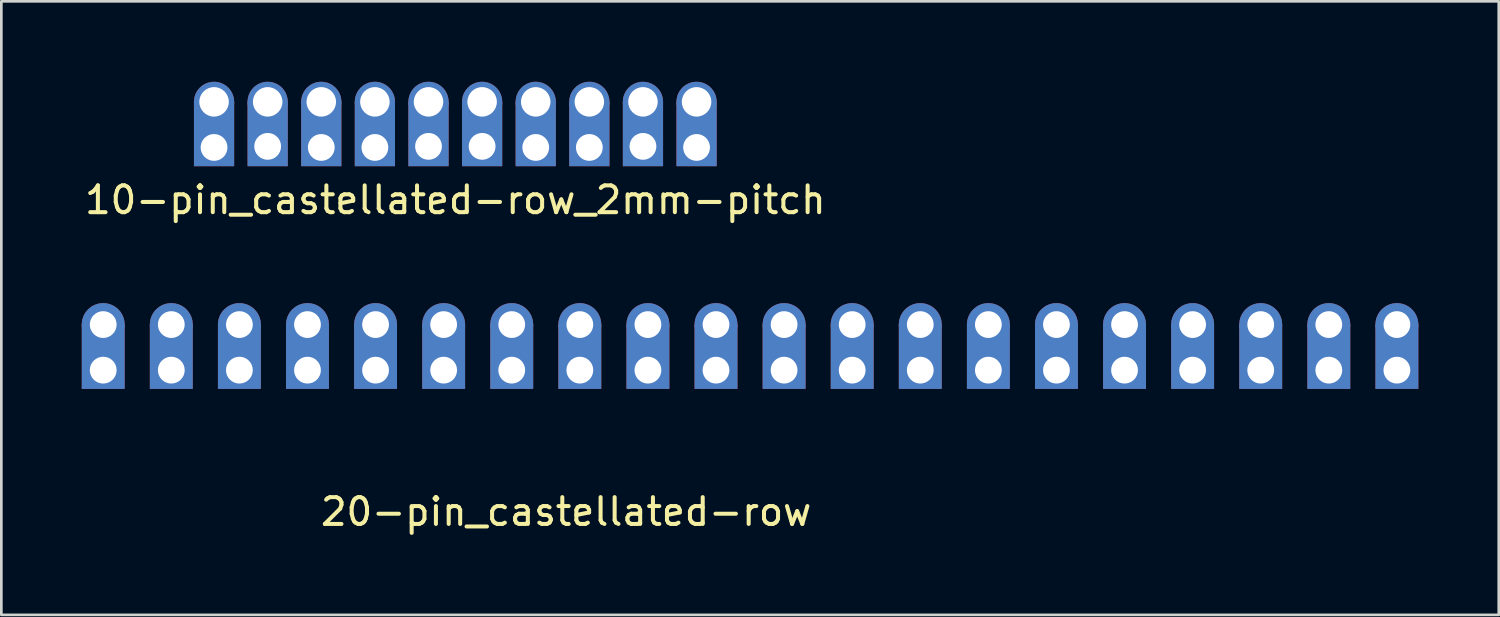
<source format=kicad_pcb>
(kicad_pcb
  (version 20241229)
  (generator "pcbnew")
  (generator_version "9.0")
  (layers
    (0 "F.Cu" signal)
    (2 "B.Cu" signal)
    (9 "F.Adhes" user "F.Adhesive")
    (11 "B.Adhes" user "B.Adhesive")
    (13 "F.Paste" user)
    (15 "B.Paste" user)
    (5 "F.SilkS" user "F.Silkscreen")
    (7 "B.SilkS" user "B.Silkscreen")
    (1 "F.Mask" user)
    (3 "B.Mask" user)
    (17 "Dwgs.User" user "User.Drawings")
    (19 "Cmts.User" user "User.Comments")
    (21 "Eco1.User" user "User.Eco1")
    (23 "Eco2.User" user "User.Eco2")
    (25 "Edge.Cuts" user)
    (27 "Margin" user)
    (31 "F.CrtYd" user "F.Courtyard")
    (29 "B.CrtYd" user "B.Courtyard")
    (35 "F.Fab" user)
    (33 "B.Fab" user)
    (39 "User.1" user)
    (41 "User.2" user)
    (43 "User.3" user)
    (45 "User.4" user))
  (footprint "20-pin_castellated-row"
    (layer "F.Cu")
    (at 17.8 13.718)
    (property "Reference" "20-pin_castellated-row" (at 0.269 2.322 180) (layer "F.SilkS") (effects (font (size 1 1) (thickness 0.15))))
    (attr through_hole)
    (pad "" thru_hole circle (at -17 -4.66) (size 1.6 1.6) (drill 1) (layers "*.Cu" "*.Mask"))
    (pad "" thru_hole circle (at -17 -2.96) (size 1.1 1.1) (drill 1) (layers "*.Cu" "*.Mask"))
    (pad "" thru_hole circle (at -14.46 -4.66) (size 1.6 1.6) (drill 1) (layers "*.Cu" "*.Mask"))
    (pad "" thru_hole circle (at -14.46 -2.96) (size 1.1 1.1) (drill 1) (layers "*.Cu" "*.Mask"))
    (pad "" thru_hole circle (at -11.92 -4.66) (size 1.6 1.6) (drill 1) (layers "*.Cu" "*.Mask"))
    (pad "" thru_hole circle (at -11.92 -2.96) (size 1.1 1.1) (drill 1) (layers "*.Cu" "*.Mask"))
    (pad "" thru_hole circle (at -9.38 -4.66) (size 1.6 1.6) (drill 1) (layers "*.Cu" "*.Mask"))
    (pad "" thru_hole circle (at -9.38 -2.96) (size 1.1 1.1) (drill 1) (layers "*.Cu" "*.Mask"))
    (pad "" thru_hole circle (at -6.84 -4.66) (size 1.6 1.6) (drill 1) (layers "*.Cu" "*.Mask"))
    (pad "" thru_hole circle (at -6.84 -2.96) (size 1.1 1.1) (drill 1) (layers "*.Cu" "*.Mask"))
    (pad "" thru_hole circle (at -4.3 -4.66) (size 1.6 1.6) (drill 1) (layers "*.Cu" "*.Mask"))
    (pad "" thru_hole circle (at -4.3 -2.96) (size 1.1 1.1) (drill 1) (layers "*.Cu" "*.Mask"))
    (pad "" thru_hole circle (at -1.76 -4.66) (size 1.6 1.6) (drill 1) (layers "*.Cu" "*.Mask"))
    (pad "" thru_hole circle (at -1.76 -2.96) (size 1.1 1.1) (drill 1) (layers "*.Cu" "*.Mask"))
    (pad "" thru_hole circle (at 0.78 -4.66) (size 1.6 1.6) (drill 1) (layers "*.Cu" "*.Mask"))
    (pad "" thru_hole circle (at 0.78 -2.96) (size 1.1 1.1) (drill 1) (layers "*.Cu" "*.Mask"))
    (pad "" thru_hole circle (at 3.32 -4.66) (size 1.6 1.6) (drill 1) (layers "*.Cu" "*.Mask"))
    (pad "" thru_hole circle (at 3.32 -2.96) (size 1.1 1.1) (drill 1) (layers "*.Cu" "*.Mask"))
    (pad "" thru_hole circle (at 5.86 -4.66) (size 1.6 1.6) (drill 1) (layers "*.Cu" "*.Mask"))
    (pad "" thru_hole circle (at 5.86 -2.96) (size 1.1 1.1) (drill 1) (layers "*.Cu" "*.Mask"))
    (pad "" thru_hole circle (at 8.4 -4.66) (size 1.6 1.6) (drill 1) (layers "*.Cu" "*.Mask"))
    (pad "" thru_hole circle (at 8.4 -2.96) (size 1.1 1.1) (drill 1) (layers "*.Cu" "*.Mask"))
    (pad "" thru_hole circle (at 10.94 -4.66) (size 1.6 1.6) (drill 1) (layers "*.Cu" "*.Mask"))
    (pad "" thru_hole circle (at 10.94 -2.96) (size 1.1 1.1) (drill 1) (layers "*.Cu" "*.Mask"))
    (pad "" thru_hole circle (at 13.48 -4.66) (size 1.6 1.6) (drill 1) (layers "*.Cu" "*.Mask"))
    (pad "" thru_hole circle (at 13.48 -2.96) (size 1.1 1.1) (drill 1) (layers "*.Cu" "*.Mask"))
    (pad "" thru_hole circle (at 16.02 -4.66) (size 1.6 1.6) (drill 1) (layers "*.Cu" "*.Mask"))
    (pad "" thru_hole circle (at 16.02 -2.96) (size 1.1 1.1) (drill 1) (layers "*.Cu" "*.Mask"))
    (pad "" thru_hole circle (at 18.56 -4.66) (size 1.6 1.6) (drill 1) (layers "*.Cu" "*.Mask"))
    (pad "" thru_hole circle (at 18.56 -2.96) (size 1.1 1.1) (drill 1) (layers "*.Cu" "*.Mask"))
    (pad "" thru_hole circle (at 21.1 -4.66) (size 1.6 1.6) (drill 1) (layers "*.Cu" "*.Mask"))
    (pad "" thru_hole circle (at 21.1 -2.96) (size 1.1 1.1) (drill 1) (layers "*.Cu" "*.Mask"))
    (pad "" thru_hole circle (at 23.64 -4.66) (size 1.6 1.6) (drill 1) (layers "*.Cu" "*.Mask"))
    (pad "" thru_hole circle (at 23.64 -2.96) (size 1.1 1.1) (drill 1) (layers "*.Cu" "*.Mask"))
    (pad "" thru_hole circle (at 26.18 -4.66) (size 1.6 1.6) (drill 1) (layers "*.Cu" "*.Mask"))
    (pad "" thru_hole circle (at 26.18 -2.96) (size 1.1 1.1) (drill 1) (layers "*.Cu" "*.Mask"))
    (pad "" thru_hole circle (at 28.72 -4.66) (size 1.6 1.6) (drill 1) (layers "*.Cu" "*.Mask"))
    (pad "" thru_hole circle (at 28.72 -2.96) (size 1.1 1.1) (drill 1) (layers "*.Cu" "*.Mask"))
    (pad "" thru_hole circle (at 31.26 -4.66) (size 1.6 1.6) (drill 1) (layers "*.Cu" "*.Mask"))
    (pad "" thru_hole circle (at 31.26 -2.96) (size 1.1 1.1) (drill 1) (layers "*.Cu" "*.Mask"))
    (pad "1" smd rect (at -17 -3.46) (size 1.6 2.4) (layers "F.Cu" "F.Mask" "F.Paste"))
    (pad "1" smd rect (at -17 -3.46) (size 1.6 2.4) (layers "B.Cu" "B.Mask" "B.Paste"))
    (pad "2" smd rect (at -14.46 -3.46) (size 1.6 2.4) (layers "F.Cu" "F.Mask" "F.Paste"))
    (pad "2" smd rect (at -14.46 -3.46) (size 1.6 2.4) (layers "B.Cu" "B.Mask" "B.Paste"))
    (pad "3" smd rect (at -11.92 -3.46) (size 1.6 2.4) (layers "F.Cu" "F.Mask" "F.Paste"))
    (pad "3" smd rect (at -11.92 -3.46) (size 1.6 2.4) (layers "B.Cu" "B.Mask" "B.Paste"))
    (pad "4" smd rect (at -9.38 -3.46) (size 1.6 2.4) (layers "F.Cu" "F.Mask" "F.Paste"))
    (pad "4" smd rect (at -9.38 -3.46) (size 1.6 2.4) (layers "B.Cu" "B.Mask" "B.Paste"))
    (pad "5" smd rect (at -6.84 -3.46) (size 1.6 2.4) (layers "F.Cu" "F.Mask" "F.Paste"))
    (pad "5" smd rect (at -6.84 -3.46) (size 1.6 2.4) (layers "B.Cu" "B.Mask" "B.Paste"))
    (pad "6" smd rect (at -4.3 -3.46) (size 1.6 2.4) (layers "F.Cu" "F.Mask" "F.Paste"))
    (pad "6" smd rect (at -4.3 -3.46) (size 1.6 2.4) (layers "B.Cu" "B.Mask" "B.Paste"))
    (pad "7" smd rect (at -1.76 -3.46) (size 1.6 2.4) (layers "F.Cu" "F.Mask" "F.Paste"))
    (pad "7" smd rect (at -1.76 -3.46) (size 1.6 2.4) (layers "B.Cu" "B.Mask" "B.Paste"))
    (pad "8" smd rect (at 0.78 -3.46) (size 1.6 2.4) (layers "F.Cu" "F.Mask" "F.Paste"))
    (pad "8" smd rect (at 0.78 -3.46) (size 1.6 2.4) (layers "B.Cu" "B.Mask" "B.Paste"))
    (pad "9" smd rect (at 3.32 -3.46) (size 1.6 2.4) (layers "F.Cu" "F.Mask" "F.Paste"))
    (pad "9" smd rect (at 3.32 -3.46) (size 1.6 2.4) (layers "B.Cu" "B.Mask" "B.Paste"))
    (pad "10" smd rect (at 5.86 -3.46) (size 1.6 2.4) (layers "F.Cu" "F.Mask" "F.Paste"))
    (pad "10" smd rect (at 5.86 -3.46) (size 1.6 2.4) (layers "B.Cu" "B.Mask" "B.Paste"))
    (pad "11" smd rect (at 8.4 -3.46) (size 1.6 2.4) (layers "F.Cu" "F.Mask" "F.Paste"))
    (pad "11" smd rect (at 8.4 -3.46) (size 1.6 2.4) (layers "B.Cu" "B.Mask" "B.Paste"))
    (pad "12" smd rect (at 10.94 -3.46) (size 1.6 2.4) (layers "F.Cu" "F.Mask" "F.Paste"))
    (pad "12" smd rect (at 10.94 -3.46) (size 1.6 2.4) (layers "B.Cu" "B.Mask" "B.Paste"))
    (pad "13" smd rect (at 13.48 -3.46) (size 1.6 2.4) (layers "F.Cu" "F.Mask" "F.Paste"))
    (pad "13" smd rect (at 13.48 -3.46) (size 1.6 2.4) (layers "B.Cu" "B.Mask" "B.Paste"))
    (pad "14" smd rect (at 16.02 -3.46) (size 1.6 2.4) (layers "F.Cu" "F.Mask" "F.Paste"))
    (pad "14" smd rect (at 16.02 -3.46) (size 1.6 2.4) (layers "B.Cu" "B.Mask" "B.Paste"))
    (pad "15" smd rect (at 18.56 -3.46) (size 1.6 2.4) (layers "F.Cu" "F.Mask" "F.Paste"))
    (pad "15" smd rect (at 18.56 -3.46) (size 1.6 2.4) (layers "B.Cu" "B.Mask" "B.Paste"))
    (pad "16" smd rect (at 21.1 -3.46) (size 1.6 2.4) (layers "F.Cu" "F.Mask" "F.Paste"))
    (pad "16" smd rect (at 21.1 -3.46) (size 1.6 2.4) (layers "B.Cu" "B.Mask" "B.Paste"))
    (pad "17" smd rect (at 23.64 -3.46) (size 1.6 2.4) (layers "F.Cu" "F.Mask" "F.Paste"))
    (pad "17" smd rect (at 23.64 -3.46) (size 1.6 2.4) (layers "B.Cu" "B.Mask" "B.Paste"))
    (pad "18" smd rect (at 26.18 -3.46) (size 1.6 2.4) (layers "F.Cu" "F.Mask" "F.Paste"))
    (pad "18" smd rect (at 26.18 -3.46) (size 1.6 2.4) (layers "B.Cu" "B.Mask" "B.Paste"))
    (pad "19" smd rect (at 28.72 -3.46) (size 1.6 2.4) (layers "F.Cu" "F.Mask" "F.Paste"))
    (pad "19" smd rect (at 28.72 -3.46) (size 1.6 2.4) (layers "B.Cu" "B.Mask" "B.Paste"))
    (pad "20" smd rect (at 31.26 -3.46) (size 1.6 2.4) (layers "F.Cu" "F.Mask" "F.Paste"))
    (pad "20" smd rect (at 31.26 -3.46) (size 1.6 2.4) (layers "B.Cu" "B.Mask" "B.Paste")))
  (footprint "10-pin_castellated-row_2mm-pitch"
    (layer "F.Cu")
    (at 13.935 1.41)
    (property "Reference" "10-pin_castellated-row_2mm-pitch" (at 0 3 0) (layer "F.SilkS") (effects (font (size 1 1) (thickness 0.15))))
    (attr through_hole)
    (pad "" thru_hole circle (at -9 -0.66) (size 1.5 1.5) (drill 1.1) (layers "*.Cu" "*.Mask"))
    (pad "" thru_hole circle (at -9 1.04) (size 1.1 1.1) (drill 1) (layers "*.Cu" "*.Mask"))
    (pad "" thru_hole circle (at -7 -0.66) (size 1.5 1.5) (drill 1.1) (layers "*.Cu" "*.Mask"))
    (pad "" thru_hole circle (at -7 1) (size 1.1 1.1) (drill 1) (layers "*.Cu" "*.Mask"))
    (pad "" thru_hole circle (at -5 -0.66) (size 1.5 1.5) (drill 1.1) (layers "*.Cu" "*.Mask"))
    (pad "" thru_hole circle (at -5 1.04) (size 1.1 1.1) (drill 1) (layers "*.Cu" "*.Mask"))
    (pad "" thru_hole circle (at -3 -0.66) (size 1.5 1.5) (drill 1.1) (layers "*.Cu" "*.Mask"))
    (pad "" thru_hole circle (at -3 1.04) (size 1.1 1.1) (drill 1) (layers "*.Cu" "*.Mask"))
    (pad "" thru_hole circle (at -1 -0.66) (size 1.5 1.5) (drill 1.1) (layers "*.Cu" "*.Mask"))
    (pad "" thru_hole circle (at -1 1) (size 1.1 1.1) (drill 1) (layers "*.Cu" "*.Mask"))
    (pad "" thru_hole circle (at 1 -0.66 90) (size 1.5 1.5) (drill 1.1) (layers "*.Cu" "*.Mask"))
    (pad "" thru_hole circle (at 1 1) (size 1.1 1.1) (drill 1) (layers "*.Cu" "*.Mask"))
    (pad "" thru_hole circle (at 3 -0.66) (size 1.5 1.5) (drill 1.1) (layers "*.Cu" "*.Mask"))
    (pad "" thru_hole circle (at 3 1.04) (size 1.1 1.1) (drill 1) (layers "*.Cu" "*.Mask"))
    (pad "" thru_hole circle (at 5 -0.66) (size 1.5 1.5) (drill 1.1) (layers "*.Cu" "*.Mask"))
    (pad "" thru_hole circle (at 5 1.04) (size 1.1 1.1) (drill 1) (layers "*.Cu" "*.Mask"))
    (pad "" thru_hole circle (at 7 -0.66) (size 1.5 1.5) (drill 1.1) (layers "*.Cu" "*.Mask"))
    (pad "" thru_hole circle (at 7 1) (size 1.1 1.1) (drill 1) (layers "*.Cu" "*.Mask"))
    (pad "" thru_hole circle (at 9 -0.66) (size 1.5 1.5) (drill 1.1) (layers "*.Cu" "*.Mask"))
    (pad "" thru_hole circle (at 9 1.04) (size 1.1 1.1) (drill 1) (layers "*.Cu" "*.Mask"))
    (pad "1" smd rect (at -9 0.54) (size 1.5 2.4) (layers "F.Cu" "F.Mask" "F.Paste"))
    (pad "1" smd rect (at -9 0.54) (size 1.5 2.4) (layers "B.Cu" "B.Mask" "B.Paste"))
    (pad "2" smd rect (at -7 0.54) (size 1.5 2.4) (layers "F.Cu" "F.Mask" "F.Paste"))
    (pad "2" smd rect (at -7 0.54) (size 1.5 2.4) (layers "B.Cu" "B.Mask" "B.Paste"))
    (pad "3" smd rect (at -5 0.54) (size 1.5 2.4) (layers "F.Cu" "F.Mask" "F.Paste"))
    (pad "3" smd rect (at -5 0.54) (size 1.5 2.4) (layers "B.Cu" "B.Mask" "B.Paste"))
    (pad "4" smd rect (at -3 0.54) (size 1.5 2.4) (layers "F.Cu" "F.Mask" "F.Paste"))
    (pad "4" smd rect (at -3 0.54) (size 1.5 2.4) (layers "B.Cu" "B.Mask" "B.Paste"))
    (pad "5" smd rect (at -1 0.54) (size 1.5 2.4) (layers "F.Cu" "F.Mask" "F.Paste"))
    (pad "5" smd rect (at -1 0.54) (size 1.5 2.4) (layers "B.Cu" "B.Mask" "B.Paste"))
    (pad "6" smd rect (at 1 0.54) (size 1.5 2.4) (layers "F.Cu" "F.Mask" "F.Paste"))
    (pad "6" smd rect (at 1 0.54) (size 1.5 2.4) (layers "B.Cu" "B.Mask" "B.Paste"))
    (pad "7" smd rect (at 3 0.54) (size 1.5 2.4) (layers "F.Cu" "F.Mask" "F.Paste"))
    (pad "7" smd rect (at 3 0.54) (size 1.5 2.4) (layers "B.Cu" "B.Mask" "B.Paste"))
    (pad "8" smd rect (at 5 0.54) (size 1.5 2.4) (layers "F.Cu" "F.Mask" "F.Paste"))
    (pad "8" smd rect (at 5 0.54) (size 1.5 2.4) (layers "B.Cu" "B.Mask" "B.Paste"))
    (pad "9" smd rect (at 7 0.54) (size 1.5 2.4) (layers "F.Cu" "F.Mask" "F.Paste"))
    (pad "9" smd rect (at 7 0.54) (size 1.5 2.4) (layers "B.Cu" "B.Mask" "B.Paste"))
    (pad "10" smd rect (at 9 0.54) (size 1.5 2.4) (layers "F.Cu" "F.Mask" "F.Paste"))
    (pad "10" smd rect (at 9 0.54) (size 1.5 2.4) (layers "B.Cu" "B.Mask" "B.Paste")))
  (gr_rect
    (start -3 -3)
    (end 52.86 19.888)
    (stroke (width 0.1) (type default))
    (fill no)
    (layer "Edge.Cuts")))
</source>
